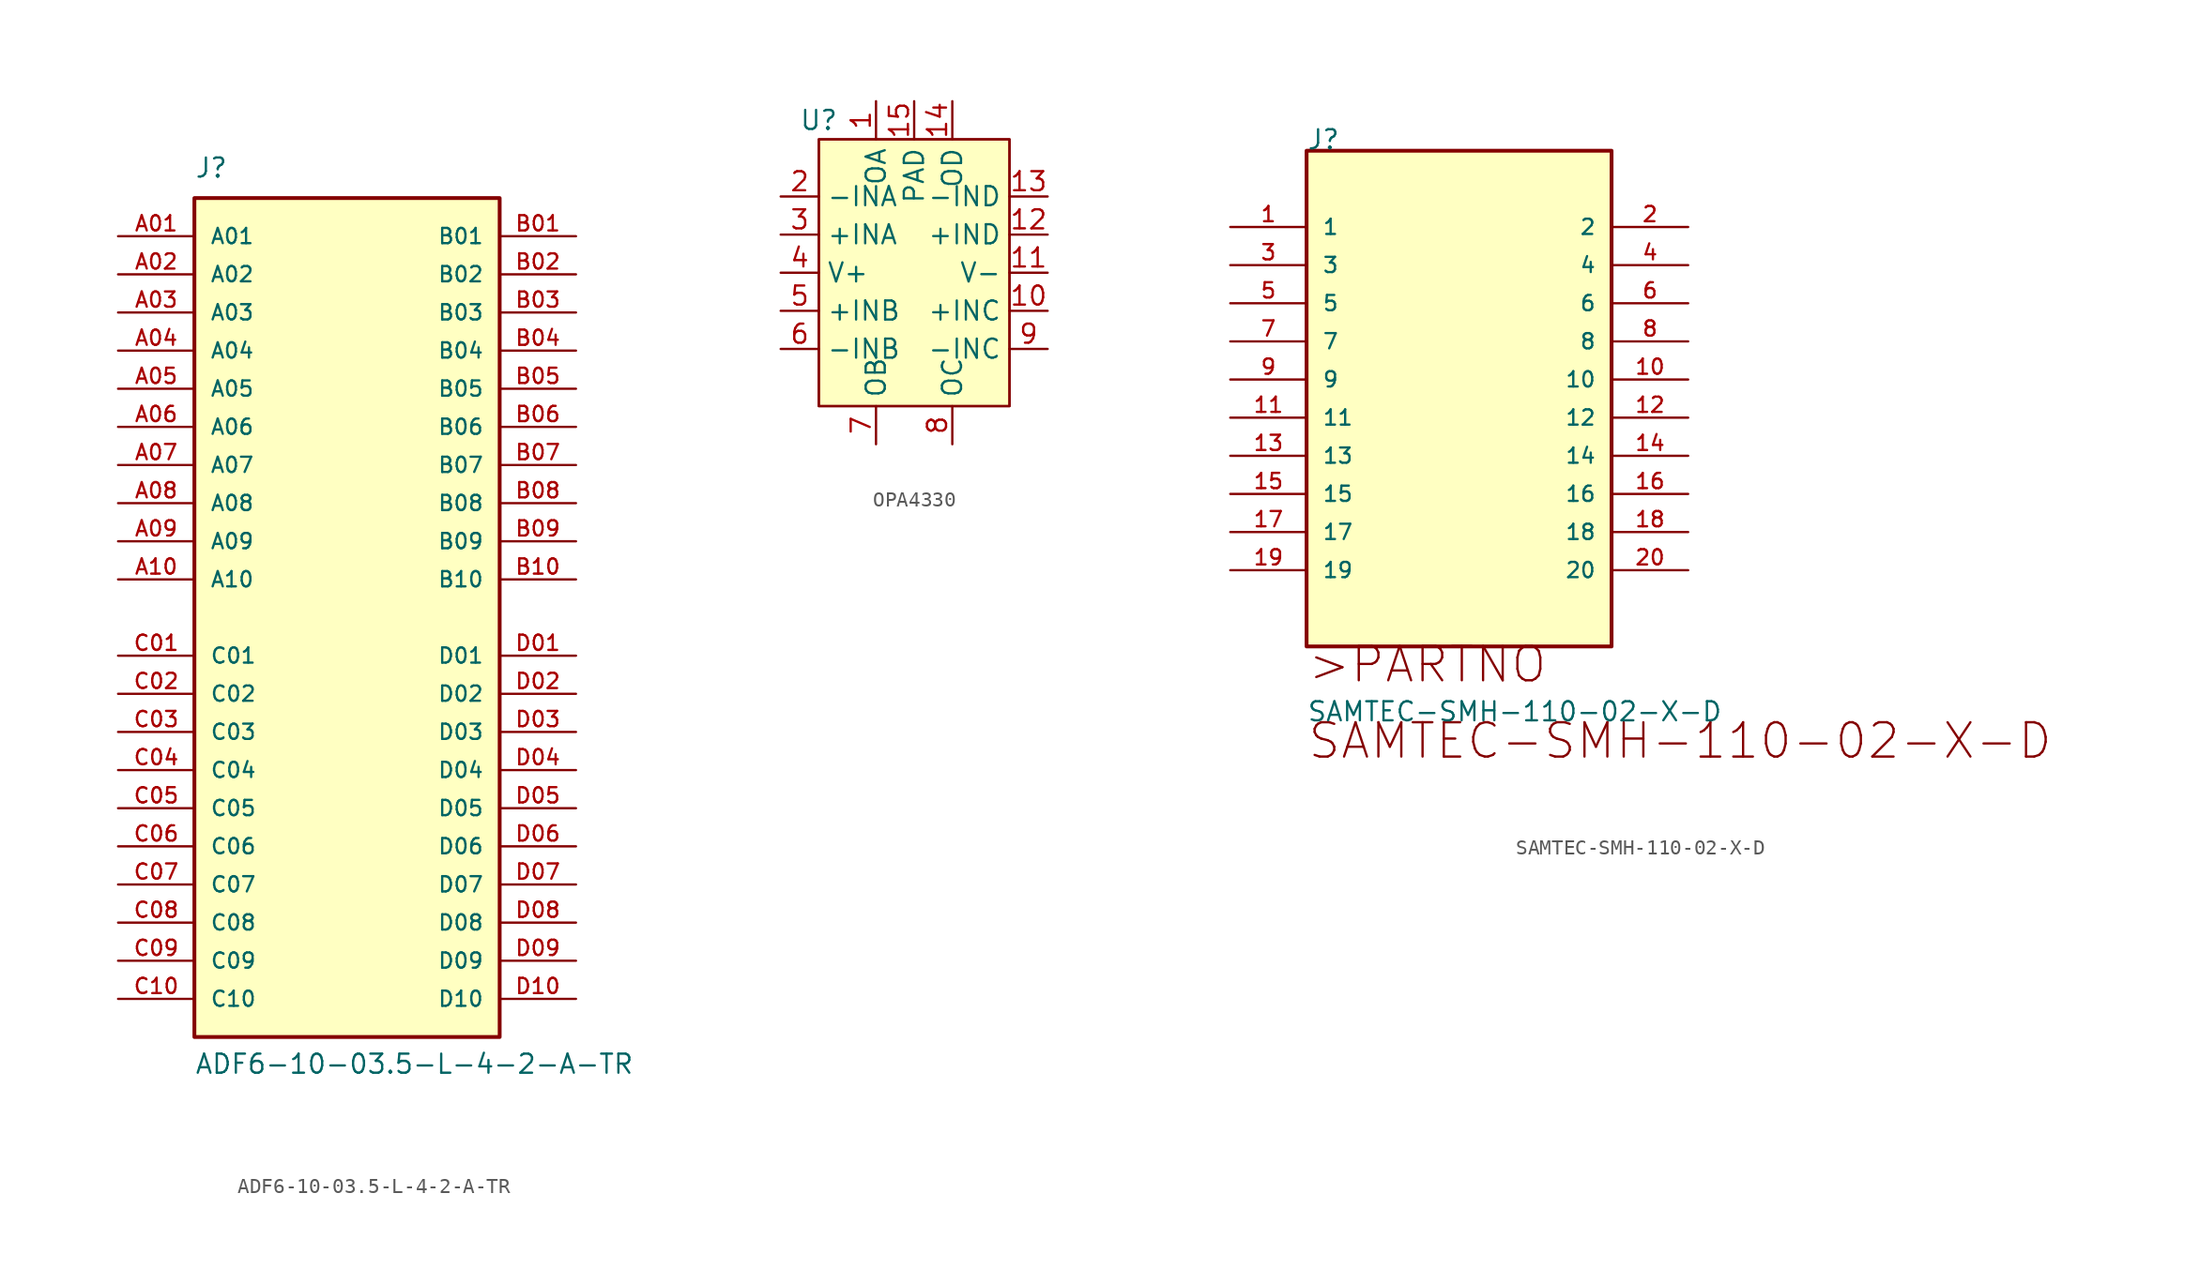
<source format=kicad_sym>
(kicad_symbol_lib
  (version 20220914)
  (generator kicad_symbol_editor)
  (symbol "ADF6-10-03.5-L-4-2-A-TR"
    (pin_names
      (offset 1.016))
    (property "Reference" "J"
      (at -10.16 29.21 0)
      (effects (font (size 1.27 1.27)) (justify left bottom)))
    (property "Value" "ADF6-10-03.5-L-4-2-A-TR"
      (at -10.16 -30.48 0)
      (effects (font (size 1.27 1.27)) (justify left bottom)))
    (symbol "ADF6-10-03.5-L-4-2-A-TR_0_0"
      (rectangle (start -10.16 -27.94) (end 10.16 27.94) (stroke (width 0.254) (type default)) (fill (type background)))
      (pin passive line (at -15.24 25.4 0) (length 5.08) (name "A01" (effects (font (size 1.016 1.016)))) (number "A01" (effects (font (size 1.016 1.016)))))
      (pin passive line (at -15.24 22.86 0) (length 5.08) (name "A02" (effects (font (size 1.016 1.016)))) (number "A02" (effects (font (size 1.016 1.016)))))
      (pin passive line (at -15.24 20.32 0) (length 5.08) (name "A03" (effects (font (size 1.016 1.016)))) (number "A03" (effects (font (size 1.016 1.016)))))
      (pin passive line (at -15.24 17.78 0) (length 5.08) (name "A04" (effects (font (size 1.016 1.016)))) (number "A04" (effects (font (size 1.016 1.016)))))
      (pin passive line (at -15.24 15.24 0) (length 5.08) (name "A05" (effects (font (size 1.016 1.016)))) (number "A05" (effects (font (size 1.016 1.016)))))
      (pin passive line (at -15.24 12.7 0) (length 5.08) (name "A06" (effects (font (size 1.016 1.016)))) (number "A06" (effects (font (size 1.016 1.016)))))
      (pin passive line (at -15.24 10.16 0) (length 5.08) (name "A07" (effects (font (size 1.016 1.016)))) (number "A07" (effects (font (size 1.016 1.016)))))
      (pin passive line (at -15.24 7.62 0) (length 5.08) (name "A08" (effects (font (size 1.016 1.016)))) (number "A08" (effects (font (size 1.016 1.016)))))
      (pin passive line (at -15.24 5.08 0) (length 5.08) (name "A09" (effects (font (size 1.016 1.016)))) (number "A09" (effects (font (size 1.016 1.016)))))
      (pin passive line (at -15.24 2.54 0) (length 5.08) (name "A10" (effects (font (size 1.016 1.016)))) (number "A10" (effects (font (size 1.016 1.016)))))
      (pin passive line (at 15.24 25.4 180) (length 5.08) (name "B01" (effects (font (size 1.016 1.016)))) (number "B01" (effects (font (size 1.016 1.016)))))
      (pin passive line (at 15.24 22.86 180) (length 5.08) (name "B02" (effects (font (size 1.016 1.016)))) (number "B02" (effects (font (size 1.016 1.016)))))
      (pin passive line (at 15.24 20.32 180) (length 5.08) (name "B03" (effects (font (size 1.016 1.016)))) (number "B03" (effects (font (size 1.016 1.016)))))
      (pin passive line (at 15.24 17.78 180) (length 5.08) (name "B04" (effects (font (size 1.016 1.016)))) (number "B04" (effects (font (size 1.016 1.016)))))
      (pin passive line (at 15.24 15.24 180) (length 5.08) (name "B05" (effects (font (size 1.016 1.016)))) (number "B05" (effects (font (size 1.016 1.016)))))
      (pin passive line (at 15.24 12.7 180) (length 5.08) (name "B06" (effects (font (size 1.016 1.016)))) (number "B06" (effects (font (size 1.016 1.016)))))
      (pin passive line (at 15.24 10.16 180) (length 5.08) (name "B07" (effects (font (size 1.016 1.016)))) (number "B07" (effects (font (size 1.016 1.016)))))
      (pin passive line (at 15.24 7.62 180) (length 5.08) (name "B08" (effects (font (size 1.016 1.016)))) (number "B08" (effects (font (size 1.016 1.016)))))
      (pin passive line (at 15.24 5.08 180) (length 5.08) (name "B09" (effects (font (size 1.016 1.016)))) (number "B09" (effects (font (size 1.016 1.016)))))
      (pin passive line (at 15.24 2.54 180) (length 5.08) (name "B10" (effects (font (size 1.016 1.016)))) (number "B10" (effects (font (size 1.016 1.016)))))
      (pin passive line (at -15.24 -2.54 0) (length 5.08) (name "C01" (effects (font (size 1.016 1.016)))) (number "C01" (effects (font (size 1.016 1.016)))))
      (pin passive line (at -15.24 -5.08 0) (length 5.08) (name "C02" (effects (font (size 1.016 1.016)))) (number "C02" (effects (font (size 1.016 1.016)))))
      (pin passive line (at -15.24 -7.62 0) (length 5.08) (name "C03" (effects (font (size 1.016 1.016)))) (number "C03" (effects (font (size 1.016 1.016)))))
      (pin passive line (at -15.24 -10.16 0) (length 5.08) (name "C04" (effects (font (size 1.016 1.016)))) (number "C04" (effects (font (size 1.016 1.016)))))
      (pin passive line (at -15.24 -12.7 0) (length 5.08) (name "C05" (effects (font (size 1.016 1.016)))) (number "C05" (effects (font (size 1.016 1.016)))))
      (pin passive line (at -15.24 -15.24 0) (length 5.08) (name "C06" (effects (font (size 1.016 1.016)))) (number "C06" (effects (font (size 1.016 1.016)))))
      (pin passive line (at -15.24 -17.78 0) (length 5.08) (name "C07" (effects (font (size 1.016 1.016)))) (number "C07" (effects (font (size 1.016 1.016)))))
      (pin passive line (at -15.24 -20.32 0) (length 5.08) (name "C08" (effects (font (size 1.016 1.016)))) (number "C08" (effects (font (size 1.016 1.016)))))
      (pin passive line (at -15.24 -22.86 0) (length 5.08) (name "C09" (effects (font (size 1.016 1.016)))) (number "C09" (effects (font (size 1.016 1.016)))))
      (pin passive line (at -15.24 -25.4 0) (length 5.08) (name "C10" (effects (font (size 1.016 1.016)))) (number "C10" (effects (font (size 1.016 1.016)))))
      (pin passive line (at 15.24 -2.54 180) (length 5.08) (name "D01" (effects (font (size 1.016 1.016)))) (number "D01" (effects (font (size 1.016 1.016)))))
      (pin passive line (at 15.24 -5.08 180) (length 5.08) (name "D02" (effects (font (size 1.016 1.016)))) (number "D02" (effects (font (size 1.016 1.016)))))
      (pin passive line (at 15.24 -7.62 180) (length 5.08) (name "D03" (effects (font (size 1.016 1.016)))) (number "D03" (effects (font (size 1.016 1.016)))))
      (pin passive line (at 15.24 -10.16 180) (length 5.08) (name "D04" (effects (font (size 1.016 1.016)))) (number "D04" (effects (font (size 1.016 1.016)))))
      (pin passive line (at 15.24 -12.7 180) (length 5.08) (name "D05" (effects (font (size 1.016 1.016)))) (number "D05" (effects (font (size 1.016 1.016)))))
      (pin passive line (at 15.24 -15.24 180) (length 5.08) (name "D06" (effects (font (size 1.016 1.016)))) (number "D06" (effects (font (size 1.016 1.016)))))
      (pin passive line (at 15.24 -17.78 180) (length 5.08) (name "D07" (effects (font (size 1.016 1.016)))) (number "D07" (effects (font (size 1.016 1.016)))))
      (pin passive line (at 15.24 -20.32 180) (length 5.08) (name "D08" (effects (font (size 1.016 1.016)))) (number "D08" (effects (font (size 1.016 1.016)))))
      (pin passive line (at 15.24 -22.86 180) (length 5.08) (name "D09" (effects (font (size 1.016 1.016)))) (number "D09" (effects (font (size 1.016 1.016)))))
      (pin passive line (at 15.24 -25.4 180) (length 5.08) (name "D10" (effects (font (size 1.016 1.016)))) (number "D10" (effects (font (size 1.016 1.016)))))))
  (symbol "OPA4330"
    (property "Reference" "U"
      (at -6.35 10.16 0)
      (effects (font (size 1.27 1.27))))
    (property "Value" ""
      (at -6.35 -10.16 0)
      (effects (font (size 1.27 1.27))))
    (symbol "OPA4330_0_0"
      (text_box "" (at -6.35 8.89 0) (size 12.7 -17.78) (stroke (width 0) (type default)) (fill (type color) (color 255 255 194 1)) (effects (font (size 1.27 1.27)) (justify left top))))
    (symbol "OPA4330_0_1"
      (rectangle (start -6.35 8.89) (end 6.35 -8.89) (stroke (width 0) (type default)) (fill (type none))))
    (symbol "OPA4330_1_1"
      (pin output line (at -2.54 11.43 270) (length 2.54) (name "OA" (effects (font (size 1.27 1.27)))) (number "1" (effects (font (size 1.27 1.27)))))
      (pin input line (at 8.89 -2.54 180) (length 2.54) (name "+INC" (effects (font (size 1.27 1.27)))) (number "10" (effects (font (size 1.27 1.27)))))
      (pin power_out line (at 8.89 0 180) (length 2.54) (name "V-" (effects (font (size 1.27 1.27)))) (number "11" (effects (font (size 1.27 1.27)))))
      (pin input line (at 8.89 2.54 180) (length 2.54) (name "+IND" (effects (font (size 1.27 1.27)))) (number "12" (effects (font (size 1.27 1.27)))))
      (pin input line (at 8.89 5.08 180) (length 2.54) (name "-IND" (effects (font (size 1.27 1.27)))) (number "13" (effects (font (size 1.27 1.27)))))
      (pin output line (at 2.54 11.43 270) (length 2.54) (name "OD" (effects (font (size 1.27 1.27)))) (number "14" (effects (font (size 1.27 1.27)))))
      (pin passive line (at 0 11.43 270) (length 2.54) (name "PAD" (effects (font (size 1.27 1.27)))) (number "15" (effects (font (size 1.27 1.27)))))
      (pin input line (at -8.89 5.08 0) (length 2.54) (name "-INA" (effects (font (size 1.27 1.27)))) (number "2" (effects (font (size 1.27 1.27)))))
      (pin input line (at -8.89 2.54 0) (length 2.54) (name "+INA" (effects (font (size 1.27 1.27)))) (number "3" (effects (font (size 1.27 1.27)))))
      (pin power_in line (at -8.89 0 0) (length 2.54) (name "V+" (effects (font (size 1.27 1.27)))) (number "4" (effects (font (size 1.27 1.27)))))
      (pin input line (at -8.89 -2.54 0) (length 2.54) (name "+INB" (effects (font (size 1.27 1.27)))) (number "5" (effects (font (size 1.27 1.27)))))
      (pin input line (at -8.89 -5.08 0) (length 2.54) (name "-INB" (effects (font (size 1.27 1.27)))) (number "6" (effects (font (size 1.27 1.27)))))
      (pin output line (at -2.54 -11.43 90) (length 2.54) (name "OB" (effects (font (size 1.27 1.27)))) (number "7" (effects (font (size 1.27 1.27)))))
      (pin output line (at 2.54 -11.43 90) (length 2.54) (name "OC" (effects (font (size 1.27 1.27)))) (number "8" (effects (font (size 1.27 1.27)))))
      (pin input line (at 8.89 -5.08 180) (length 2.54) (name "-INC" (effects (font (size 1.27 1.27)))) (number "9" (effects (font (size 1.27 1.27)))))))
  (symbol "SAMTEC-SMH-110-02-X-D"
    (pin_names
      (offset 1.016))
    (property "Reference" "J"
      (at 0 5.08 0)
      (effects (font (size 1.27 1.27)) (justify left bottom)))
    (property "Value" "SAMTEC-SMH-110-02-X-D"
      (at 0 -33.02 0)
      (effects (font (size 1.27 1.27)) (justify left bottom)))
    (symbol "SAMTEC-SMH-110-02-X-D_0_0"
      (rectangle (start 0 -27.94) (end 20.3 5.08) (stroke (width 0.254) (type default)) (fill (type background)))
      (text ">PARTNO" (at 0 -30.48 0) (effects (font (size 2.286 2.286)) (justify left bottom)))
      (text "SAMTEC-SMH-110-02-X-D" (at 0 -35.56 0) (effects (font (size 2.286 2.286)) (justify left bottom)))
      (pin passive line (at -5.08 0 0) (length 5.08) (name "1" (effects (font (size 1.016 1.016)))) (number "1" (effects (font (size 1.016 1.016)))))
      (pin passive line (at 25.4 -10.16 180) (length 5.08) (name "10" (effects (font (size 1.016 1.016)))) (number "10" (effects (font (size 1.016 1.016)))))
      (pin passive line (at -5.08 -12.7 0) (length 5.08) (name "11" (effects (font (size 1.016 1.016)))) (number "11" (effects (font (size 1.016 1.016)))))
      (pin passive line (at 25.4 -12.7 180) (length 5.08) (name "12" (effects (font (size 1.016 1.016)))) (number "12" (effects (font (size 1.016 1.016)))))
      (pin passive line (at -5.08 -15.24 0) (length 5.08) (name "13" (effects (font (size 1.016 1.016)))) (number "13" (effects (font (size 1.016 1.016)))))
      (pin passive line (at 25.4 -15.24 180) (length 5.08) (name "14" (effects (font (size 1.016 1.016)))) (number "14" (effects (font (size 1.016 1.016)))))
      (pin passive line (at -5.08 -17.78 0) (length 5.08) (name "15" (effects (font (size 1.016 1.016)))) (number "15" (effects (font (size 1.016 1.016)))))
      (pin passive line (at 25.4 -17.78 180) (length 5.08) (name "16" (effects (font (size 1.016 1.016)))) (number "16" (effects (font (size 1.016 1.016)))))
      (pin passive line (at -5.08 -20.32 0) (length 5.08) (name "17" (effects (font (size 1.016 1.016)))) (number "17" (effects (font (size 1.016 1.016)))))
      (pin passive line (at 25.4 -20.32 180) (length 5.08) (name "18" (effects (font (size 1.016 1.016)))) (number "18" (effects (font (size 1.016 1.016)))))
      (pin passive line (at -5.08 -22.86 0) (length 5.08) (name "19" (effects (font (size 1.016 1.016)))) (number "19" (effects (font (size 1.016 1.016)))))
      (pin passive line (at 25.4 0 180) (length 5.08) (name "2" (effects (font (size 1.016 1.016)))) (number "2" (effects (font (size 1.016 1.016)))))
      (pin passive line (at 25.4 -22.86 180) (length 5.08) (name "20" (effects (font (size 1.016 1.016)))) (number "20" (effects (font (size 1.016 1.016)))))
      (pin passive line (at -5.08 -2.54 0) (length 5.08) (name "3" (effects (font (size 1.016 1.016)))) (number "3" (effects (font (size 1.016 1.016)))))
      (pin passive line (at 25.4 -2.54 180) (length 5.08) (name "4" (effects (font (size 1.016 1.016)))) (number "4" (effects (font (size 1.016 1.016)))))
      (pin passive line (at -5.08 -5.08 0) (length 5.08) (name "5" (effects (font (size 1.016 1.016)))) (number "5" (effects (font (size 1.016 1.016)))))
      (pin passive line (at 25.4 -5.08 180) (length 5.08) (name "6" (effects (font (size 1.016 1.016)))) (number "6" (effects (font (size 1.016 1.016)))))
      (pin passive line (at -5.08 -7.62 0) (length 5.08) (name "7" (effects (font (size 1.016 1.016)))) (number "7" (effects (font (size 1.016 1.016)))))
      (pin passive line (at 25.4 -7.62 180) (length 5.08) (name "8" (effects (font (size 1.016 1.016)))) (number "8" (effects (font (size 1.016 1.016)))))
      (pin passive line (at -5.08 -10.16 0) (length 5.08) (name "9" (effects (font (size 1.016 1.016)))) (number "9" (effects (font (size 1.016 1.016))))))))
</source>
